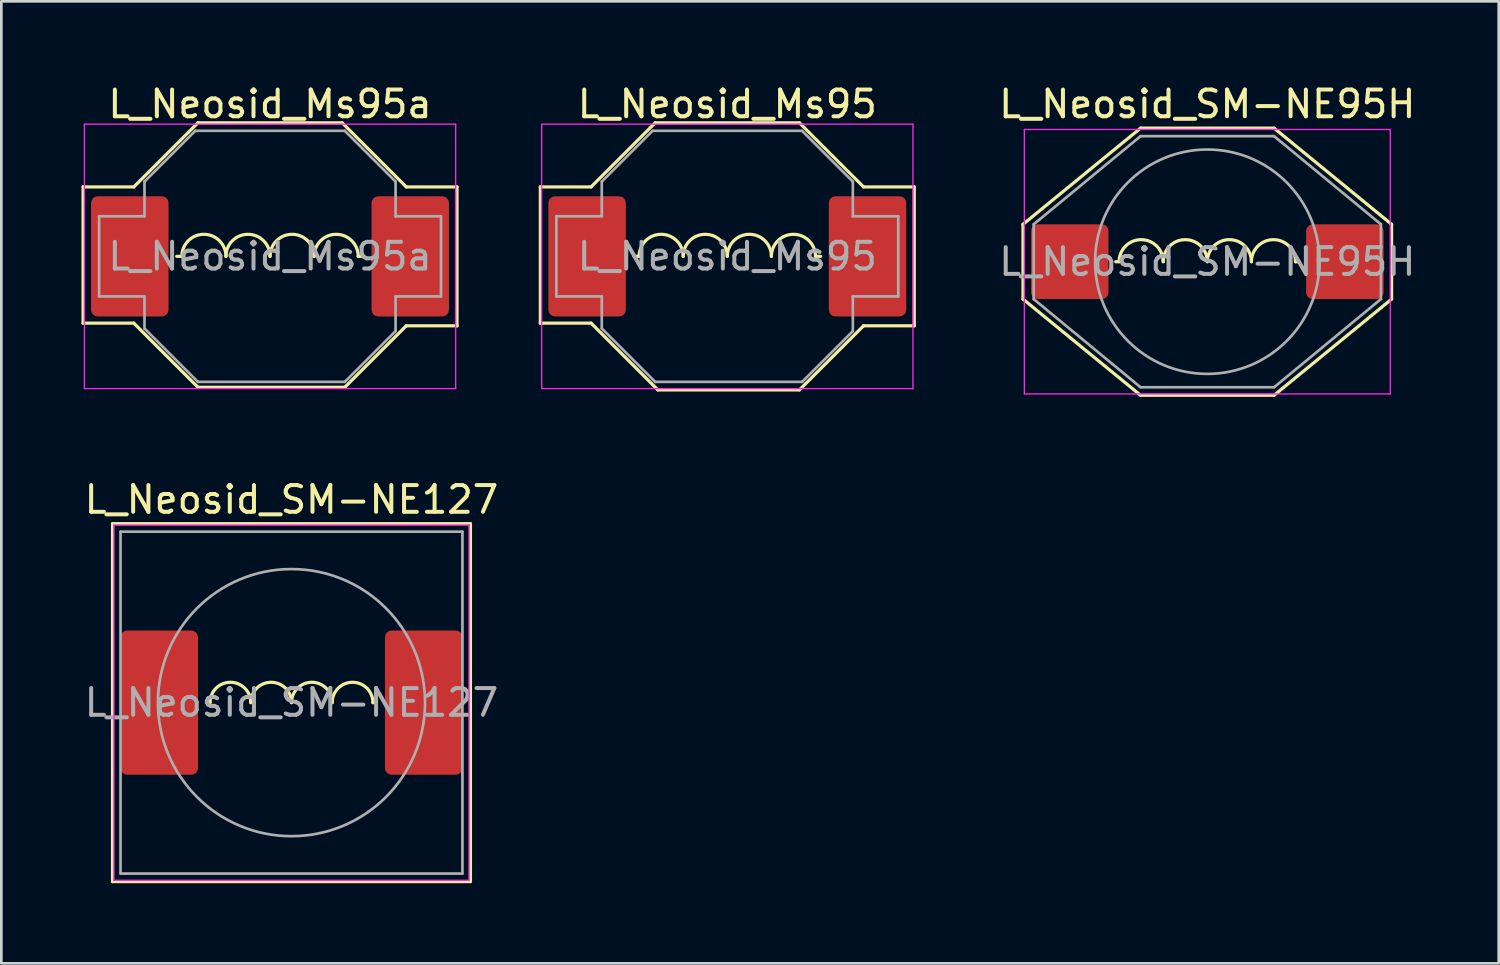
<source format=kicad_pcb>
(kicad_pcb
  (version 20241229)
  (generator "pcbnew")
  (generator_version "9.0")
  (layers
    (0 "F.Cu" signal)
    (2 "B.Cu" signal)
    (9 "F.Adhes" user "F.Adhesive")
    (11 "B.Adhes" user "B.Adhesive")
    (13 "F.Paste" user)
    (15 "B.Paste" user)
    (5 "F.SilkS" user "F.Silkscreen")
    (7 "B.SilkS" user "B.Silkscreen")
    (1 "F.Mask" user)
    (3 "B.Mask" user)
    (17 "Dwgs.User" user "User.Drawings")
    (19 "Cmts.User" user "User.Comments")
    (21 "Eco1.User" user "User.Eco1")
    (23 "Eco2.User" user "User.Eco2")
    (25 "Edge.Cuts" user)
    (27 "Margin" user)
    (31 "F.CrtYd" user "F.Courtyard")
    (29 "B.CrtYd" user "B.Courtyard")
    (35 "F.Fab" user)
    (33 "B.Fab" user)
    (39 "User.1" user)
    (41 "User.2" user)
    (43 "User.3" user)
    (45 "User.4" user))
  (footprint "L_Neosid_SM-NE95H"
    (layer "F.Cu")
    (at 42.151 6.748)
    (property "Reference" "L_Neosid_SM-NE95H" (at 0 -5.9 0) (layer "F.SilkS") (effects (font (size 1 1) (thickness 0.15))))
    (attr smd)
    (fp_line (start -6.9 -1.4) (end -6.9 1.4) (stroke (width 0.12) (type solid)) (layer "F.SilkS"))
    (fp_line (start -6.9 -1.4) (end -2.5 -5) (stroke (width 0.12) (type solid)) (layer "F.SilkS"))
    (fp_line (start -3.429 0) (end -3.302 0) (stroke (width 0.12) (type solid)) (layer "F.SilkS"))
    (fp_line (start -2.5 -5) (end 2.5 -5) (stroke (width 0.12) (type solid)) (layer "F.SilkS"))
    (fp_line (start -2.5 5) (end -6.9 1.4) (stroke (width 0.12) (type solid)) (layer "F.SilkS"))
    (fp_line (start 2.5 -5) (end 6.9 -1.4) (stroke (width 0.12) (type solid)) (layer "F.SilkS"))
    (fp_line (start 2.5 5) (end -2.5 5) (stroke (width 0.12) (type solid)) (layer "F.SilkS"))
    (fp_line (start 3.302 0) (end 3.429 0) (stroke (width 0.12) (type solid)) (layer "F.SilkS"))
    (fp_line (start 6.9 1.4) (end 2.5 5) (stroke (width 0.12) (type solid)) (layer "F.SilkS"))
    (fp_line (start 6.9 1.4) (end 6.9 -1.4) (stroke (width 0.12) (type solid)) (layer "F.SilkS"))
    (fp_arc (start -3.302 0) (mid -2.4765 -0.8255) (end -1.651 0) (stroke (width 0.12) (type solid)) (layer "F.SilkS"))
    (fp_arc (start -1.651 0) (mid -0.8255 -0.8255) (end 0 0) (stroke (width 0.12) (type solid)) (layer "F.SilkS"))
    (fp_arc (start 0 0) (mid 0.8255 -0.8255) (end 1.651 0) (stroke (width 0.12) (type solid)) (layer "F.SilkS"))
    (fp_arc (start 1.651 0) (mid 2.4765 -0.8255) (end 3.302 0) (stroke (width 0.12) (type solid)) (layer "F.SilkS"))
    (fp_line (start -6.85 -4.95) (end -6.85 4.95) (stroke (width 0.05) (type solid)) (layer "F.CrtYd"))
    (fp_line (start -6.85 -4.95) (end 6.85 -4.95) (stroke (width 0.05) (type solid)) (layer "F.CrtYd"))
    (fp_line (start 6.85 4.95) (end -6.85 4.95) (stroke (width 0.05) (type solid)) (layer "F.CrtYd"))
    (fp_line (start 6.85 4.95) (end 6.85 -4.95) (stroke (width 0.05) (type solid)) (layer "F.CrtYd"))
    (fp_line (start -6.5 -1.4) (end -2.5 -4.7) (stroke (width 0.1) (type solid)) (layer "F.Fab"))
    (fp_line (start -6.5 1.4) (end -6.5 -1.4) (stroke (width 0.1) (type solid)) (layer "F.Fab"))
    (fp_line (start -2.5 -4.7) (end 2.5 -4.7) (stroke (width 0.1) (type solid)) (layer "F.Fab"))
    (fp_line (start -2.5 4.7) (end -6.5 1.4) (stroke (width 0.1) (type solid)) (layer "F.Fab"))
    (fp_line (start 2.5 -4.7) (end 6.5 -1.4) (stroke (width 0.1) (type solid)) (layer "F.Fab"))
    (fp_line (start 2.5 4.7) (end -2.5 4.7) (stroke (width 0.1) (type solid)) (layer "F.Fab"))
    (fp_line (start 6.5 -1.4) (end 6.5 1.4) (stroke (width 0.1) (type solid)) (layer "F.Fab"))
    (fp_line (start 6.5 1.4) (end 2.5 4.7) (stroke (width 0.1) (type solid)) (layer "F.Fab"))
    (fp_circle (center 0 0) (end 0 -4.2) (stroke (width 0.1) (type solid)) (fill no) (layer "F.Fab"))
    (fp_text user "${REFERENCE}" (at 0 0 0) (layer "F.Fab") (effects (font (size 1 1) (thickness 0.15))))
    (pad "1" smd roundrect (at -5.15 0) (size 2.9 2.8) (layers "F.Cu" "F.Mask" "F.Paste") (roundrect_rratio 0.089))
    (pad "2" smd roundrect (at 5.15 0) (size 2.9 2.8) (layers "F.Cu" "F.Mask" "F.Paste") (roundrect_rratio 0.089)))
  (footprint "L_Neosid_Ms95"
    (layer "F.Cu")
    (at 24.18 6.548)
    (property "Reference" "L_Neosid_Ms95" (at 0 -5.7 0) (layer "F.SilkS") (effects (font (size 1 1) (thickness 0.15))))
    (attr smd)
    (fp_line (start -7 -2.6) (end -7 2.5) (stroke (width 0.12) (type solid)) (layer "F.SilkS"))
    (fp_line (start -7 2.5) (end -5.1 2.5) (stroke (width 0.12) (type solid)) (layer "F.SilkS"))
    (fp_line (start -5.1 -2.6) (end -7 -2.6) (stroke (width 0.12) (type solid)) (layer "F.SilkS"))
    (fp_line (start -5.1 -2.6) (end -2.7 -5) (stroke (width 0.12) (type solid)) (layer "F.SilkS"))
    (fp_line (start -3.493 0) (end -3.302 0) (stroke (width 0.12) (type solid)) (layer "F.SilkS"))
    (fp_line (start -2.7 -5) (end 2.7 -5) (stroke (width 0.12) (type solid)) (layer "F.SilkS"))
    (fp_line (start -2.6 5) (end -5.1 2.5) (stroke (width 0.12) (type solid)) (layer "F.SilkS"))
    (fp_line (start -2.6 5) (end 2.7 5) (stroke (width 0.12) (type solid)) (layer "F.SilkS"))
    (fp_line (start 2.7 -5) (end 5.1 -2.6) (stroke (width 0.12) (type solid)) (layer "F.SilkS"))
    (fp_line (start 2.7 5) (end 5.1 2.6) (stroke (width 0.12) (type solid)) (layer "F.SilkS"))
    (fp_line (start 3.302 0) (end 3.493 0) (stroke (width 0.12) (type solid)) (layer "F.SilkS"))
    (fp_line (start 5.1 -2.6) (end 7 -2.6) (stroke (width 0.12) (type solid)) (layer "F.SilkS"))
    (fp_line (start 7 -2.6) (end 7 2.6) (stroke (width 0.12) (type solid)) (layer "F.SilkS"))
    (fp_line (start 7 2.6) (end 5.1 2.6) (stroke (width 0.12) (type solid)) (layer "F.SilkS"))
    (fp_arc (start -3.302 0) (mid -2.4765 -0.8255) (end -1.651 0) (stroke (width 0.12) (type solid)) (layer "F.SilkS"))
    (fp_arc (start -1.651 0) (mid -0.8255 -0.8255) (end 0 0) (stroke (width 0.12) (type solid)) (layer "F.SilkS"))
    (fp_arc (start 0 0) (mid 0.8255 -0.8255) (end 1.651 0) (stroke (width 0.12) (type solid)) (layer "F.SilkS"))
    (fp_arc (start 1.651 0) (mid 2.4765 -0.8255) (end 3.302 0) (stroke (width 0.12) (type solid)) (layer "F.SilkS"))
    (fp_line (start -6.95 -4.95) (end -6.95 4.95) (stroke (width 0.05) (type solid)) (layer "F.CrtYd"))
    (fp_line (start -6.95 -4.95) (end 6.95 -4.95) (stroke (width 0.05) (type solid)) (layer "F.CrtYd"))
    (fp_line (start 6.95 4.95) (end -6.95 4.95) (stroke (width 0.05) (type solid)) (layer "F.CrtYd"))
    (fp_line (start 6.95 4.95) (end 6.95 -4.95) (stroke (width 0.05) (type solid)) (layer "F.CrtYd"))
    (fp_line (start -6.4 -1.5) (end -6.4 1.5) (stroke (width 0.1) (type solid)) (layer "F.Fab"))
    (fp_line (start -6.4 -1.5) (end -4.7 -1.5) (stroke (width 0.1) (type solid)) (layer "F.Fab"))
    (fp_line (start -6.4 1.5) (end -4.7 1.5) (stroke (width 0.1) (type solid)) (layer "F.Fab"))
    (fp_line (start -4.7 -1.5) (end -4.7 -2.8) (stroke (width 0.1) (type solid)) (layer "F.Fab"))
    (fp_line (start -4.7 1.5) (end -4.7 2.7) (stroke (width 0.1) (type solid)) (layer "F.Fab"))
    (fp_line (start -4.7 2.7) (end -2.7 4.7) (stroke (width 0.1) (type solid)) (layer "F.Fab"))
    (fp_line (start -2.8 -4.7) (end -4.7 -2.8) (stroke (width 0.1) (type solid)) (layer "F.Fab"))
    (fp_line (start 2.8 -4.7) (end -2.8 -4.7) (stroke (width 0.1) (type solid)) (layer "F.Fab"))
    (fp_line (start 2.8 4.7) (end -2.7 4.7) (stroke (width 0.1) (type solid)) (layer "F.Fab"))
    (fp_line (start 4.7 -2.8) (end 2.8 -4.7) (stroke (width 0.1) (type solid)) (layer "F.Fab"))
    (fp_line (start 4.7 -1.5) (end 4.7 -2.8) (stroke (width 0.1) (type solid)) (layer "F.Fab"))
    (fp_line (start 4.7 1.5) (end 6.4 1.5) (stroke (width 0.1) (type solid)) (layer "F.Fab"))
    (fp_line (start 4.7 2.8) (end 2.8 4.7) (stroke (width 0.1) (type solid)) (layer "F.Fab"))
    (fp_line (start 4.7 2.8) (end 4.7 1.5) (stroke (width 0.1) (type solid)) (layer "F.Fab"))
    (fp_line (start 6.4 -1.5) (end 4.7 -1.5) (stroke (width 0.1) (type solid)) (layer "F.Fab"))
    (fp_line (start 6.4 1.5) (end 6.4 -1.5) (stroke (width 0.1) (type solid)) (layer "F.Fab"))
    (fp_text user "${REFERENCE}" (at 0 0 0) (layer "F.Fab") (effects (font (size 1 1) (thickness 0.15))))
    (pad "1" smd roundrect (at -5.25 0) (size 2.9 4.5) (layers "F.Cu" "F.Mask" "F.Paste") (roundrect_rratio 0.086))
    (pad "2" smd roundrect (at 5.25 0) (size 2.9 4.5) (layers "F.Cu" "F.Mask" "F.Paste") (roundrect_rratio 0.086)))
  (footprint "L_Neosid_SM-NE127"
    (layer "F.Cu")
    (at 7.863 23.256)
    (property "Reference" "L_Neosid_SM-NE127" (at 0 -7.6 0) (layer "F.SilkS") (effects (font (size 1 1) (thickness 0.15))))
    (attr smd)
    (fp_line (start -6.7 -6.7) (end -6.7 6.7) (stroke (width 0.12) (type solid)) (layer "F.SilkS"))
    (fp_line (start -6.7 6.7) (end 6.7 6.7) (stroke (width 0.12) (type solid)) (layer "F.SilkS"))
    (fp_line (start -3.175 0) (end -3.048 0) (stroke (width 0.12) (type solid)) (layer "F.SilkS"))
    (fp_line (start 3.048 0) (end 3.175 0) (stroke (width 0.12) (type solid)) (layer "F.SilkS"))
    (fp_line (start 6.7 -6.7) (end -6.7 -6.7) (stroke (width 0.12) (type solid)) (layer "F.SilkS"))
    (fp_line (start 6.7 6.7) (end 6.7 -6.7) (stroke (width 0.12) (type solid)) (layer "F.SilkS"))
    (fp_arc (start -3.048 0) (mid -2.286 -0.762) (end -1.524 0) (stroke (width 0.12) (type solid)) (layer "F.SilkS"))
    (fp_arc (start -1.524 0) (mid -0.762 -0.762) (end 0 0) (stroke (width 0.12) (type solid)) (layer "F.SilkS"))
    (fp_arc (start 0 0) (mid 0.762 -0.762) (end 1.524 0) (stroke (width 0.12) (type solid)) (layer "F.SilkS"))
    (fp_arc (start 1.524 0) (mid 2.286 -0.762) (end 3.048 0) (stroke (width 0.12) (type solid)) (layer "F.SilkS"))
    (fp_line (start -6.65 -6.65) (end -6.65 6.65) (stroke (width 0.05) (type solid)) (layer "F.CrtYd"))
    (fp_line (start -6.65 -6.65) (end 6.65 -6.65) (stroke (width 0.05) (type solid)) (layer "F.CrtYd"))
    (fp_line (start 6.65 6.65) (end -6.65 6.65) (stroke (width 0.05) (type solid)) (layer "F.CrtYd"))
    (fp_line (start 6.65 6.65) (end 6.65 -6.65) (stroke (width 0.05) (type solid)) (layer "F.CrtYd"))
    (fp_line (start -6.4 -6.4) (end 6.4 -6.4) (stroke (width 0.1) (type solid)) (layer "F.Fab"))
    (fp_line (start -6.4 6.4) (end -6.4 -6.4) (stroke (width 0.1) (type solid)) (layer "F.Fab"))
    (fp_line (start 6.4 -6.4) (end 6.4 6.4) (stroke (width 0.1) (type solid)) (layer "F.Fab"))
    (fp_line (start 6.4 6.4) (end -6.4 6.4) (stroke (width 0.1) (type solid)) (layer "F.Fab"))
    (fp_circle (center 0 0) (end 5 0) (stroke (width 0.1) (type solid)) (fill no) (layer "F.Fab"))
    (fp_text user "${REFERENCE}" (at 0 0 0) (layer "F.Fab") (effects (font (size 1 1) (thickness 0.15))))
    (pad "1" smd roundrect (at -4.95 0) (size 2.9 5.4) (layers "F.Cu" "F.Mask" "F.Paste") (roundrect_rratio 0.086))
    (pad "2" smd roundrect (at 4.95 0) (size 2.9 5.4) (layers "F.Cu" "F.Mask" "F.Paste") (roundrect_rratio 0.086)))
  (footprint "L_Neosid_Ms95a"
    (layer "F.Cu")
    (at 7.06 6.548)
    (property "Reference" "L_Neosid_Ms95a" (at 0 -5.7 0) (layer "F.SilkS") (effects (font (size 1 1) (thickness 0.15))))
    (attr smd)
    (fp_line (start -7 -2.6) (end -7 2.5) (stroke (width 0.12) (type solid)) (layer "F.SilkS"))
    (fp_line (start -7 2.5) (end -5.1 2.5) (stroke (width 0.12) (type solid)) (layer "F.SilkS"))
    (fp_line (start -5.1 -2.6) (end -7 -2.6) (stroke (width 0.12) (type solid)) (layer "F.SilkS"))
    (fp_line (start -5.1 -2.6) (end -2.7 -5) (stroke (width 0.12) (type solid)) (layer "F.SilkS"))
    (fp_line (start -3.493 0) (end -3.302 0) (stroke (width 0.12) (type solid)) (layer "F.SilkS"))
    (fp_line (start -2.7 -5) (end 2.7 -5) (stroke (width 0.12) (type solid)) (layer "F.SilkS"))
    (fp_line (start -2.7 4.9) (end -5.1 2.5) (stroke (width 0.12) (type solid)) (layer "F.SilkS"))
    (fp_line (start -2.7 4.9) (end 2.8 4.9) (stroke (width 0.12) (type solid)) (layer "F.SilkS"))
    (fp_line (start 2.7 -5) (end 5.1 -2.6) (stroke (width 0.12) (type solid)) (layer "F.SilkS"))
    (fp_line (start 2.8 4.9) (end 5.1 2.6) (stroke (width 0.12) (type solid)) (layer "F.SilkS"))
    (fp_line (start 3.302 0) (end 3.493 0) (stroke (width 0.12) (type solid)) (layer "F.SilkS"))
    (fp_line (start 5.1 -2.6) (end 7 -2.6) (stroke (width 0.12) (type solid)) (layer "F.SilkS"))
    (fp_line (start 7 -2.6) (end 7 2.6) (stroke (width 0.12) (type solid)) (layer "F.SilkS"))
    (fp_line (start 7 2.6) (end 5.1 2.6) (stroke (width 0.12) (type solid)) (layer "F.SilkS"))
    (fp_arc (start -3.302 0) (mid -2.4765 -0.8255) (end -1.651 0) (stroke (width 0.12) (type solid)) (layer "F.SilkS"))
    (fp_arc (start -1.651 0) (mid -0.8255 -0.8255) (end 0 0) (stroke (width 0.12) (type solid)) (layer "F.SilkS"))
    (fp_arc (start 0 0) (mid 0.8255 -0.8255) (end 1.651 0) (stroke (width 0.12) (type solid)) (layer "F.SilkS"))
    (fp_arc (start 1.651 0) (mid 2.4765 -0.8255) (end 3.302 0) (stroke (width 0.12) (type solid)) (layer "F.SilkS"))
    (fp_line (start -6.95 -4.95) (end -6.95 4.95) (stroke (width 0.05) (type solid)) (layer "F.CrtYd"))
    (fp_line (start -6.95 -4.95) (end 6.95 -4.95) (stroke (width 0.05) (type solid)) (layer "F.CrtYd"))
    (fp_line (start 6.95 4.95) (end -6.95 4.95) (stroke (width 0.05) (type solid)) (layer "F.CrtYd"))
    (fp_line (start 6.95 4.95) (end 6.95 -4.95) (stroke (width 0.05) (type solid)) (layer "F.CrtYd"))
    (fp_line (start -6.4 -1.5) (end -6.4 1.5) (stroke (width 0.1) (type solid)) (layer "F.Fab"))
    (fp_line (start -6.4 -1.5) (end -4.7 -1.5) (stroke (width 0.1) (type solid)) (layer "F.Fab"))
    (fp_line (start -6.4 1.5) (end -4.7 1.5) (stroke (width 0.1) (type solid)) (layer "F.Fab"))
    (fp_line (start -4.7 -1.5) (end -4.7 -2.8) (stroke (width 0.1) (type solid)) (layer "F.Fab"))
    (fp_line (start -4.7 1.5) (end -4.7 2.7) (stroke (width 0.1) (type solid)) (layer "F.Fab"))
    (fp_line (start -4.7 2.7) (end -2.7 4.7) (stroke (width 0.1) (type solid)) (layer "F.Fab"))
    (fp_line (start -2.8 -4.7) (end -4.7 -2.8) (stroke (width 0.1) (type solid)) (layer "F.Fab"))
    (fp_line (start 2.8 -4.7) (end -2.8 -4.7) (stroke (width 0.1) (type solid)) (layer "F.Fab"))
    (fp_line (start 2.8 4.7) (end -2.7 4.7) (stroke (width 0.1) (type solid)) (layer "F.Fab"))
    (fp_line (start 4.7 -2.8) (end 2.8 -4.7) (stroke (width 0.1) (type solid)) (layer "F.Fab"))
    (fp_line (start 4.7 -1.5) (end 4.7 -2.8) (stroke (width 0.1) (type solid)) (layer "F.Fab"))
    (fp_line (start 4.7 1.5) (end 6.4 1.5) (stroke (width 0.1) (type solid)) (layer "F.Fab"))
    (fp_line (start 4.7 2.8) (end 2.8 4.7) (stroke (width 0.1) (type solid)) (layer "F.Fab"))
    (fp_line (start 4.7 2.8) (end 4.7 1.5) (stroke (width 0.1) (type solid)) (layer "F.Fab"))
    (fp_line (start 6.4 -1.5) (end 4.7 -1.5) (stroke (width 0.1) (type solid)) (layer "F.Fab"))
    (fp_line (start 6.4 1.5) (end 6.4 -1.5) (stroke (width 0.1) (type solid)) (layer "F.Fab"))
    (fp_text user "${REFERENCE}" (at 0 0 0) (layer "F.Fab") (effects (font (size 1 1) (thickness 0.15))))
    (pad "1" smd roundrect (at -5.25 0) (size 2.9 4.5) (layers "F.Cu" "F.Mask" "F.Paste") (roundrect_rratio 0.086))
    (pad "2" smd roundrect (at 5.25 0) (size 2.9 4.5) (layers "F.Cu" "F.Mask" "F.Paste") (roundrect_rratio 0.086)))
  (gr_rect
    (start -3 -3)
    (end 53.061 33.017)
    (stroke (width 0.1) (type default))
    (fill no)
    (layer "Edge.Cuts")))
</source>
